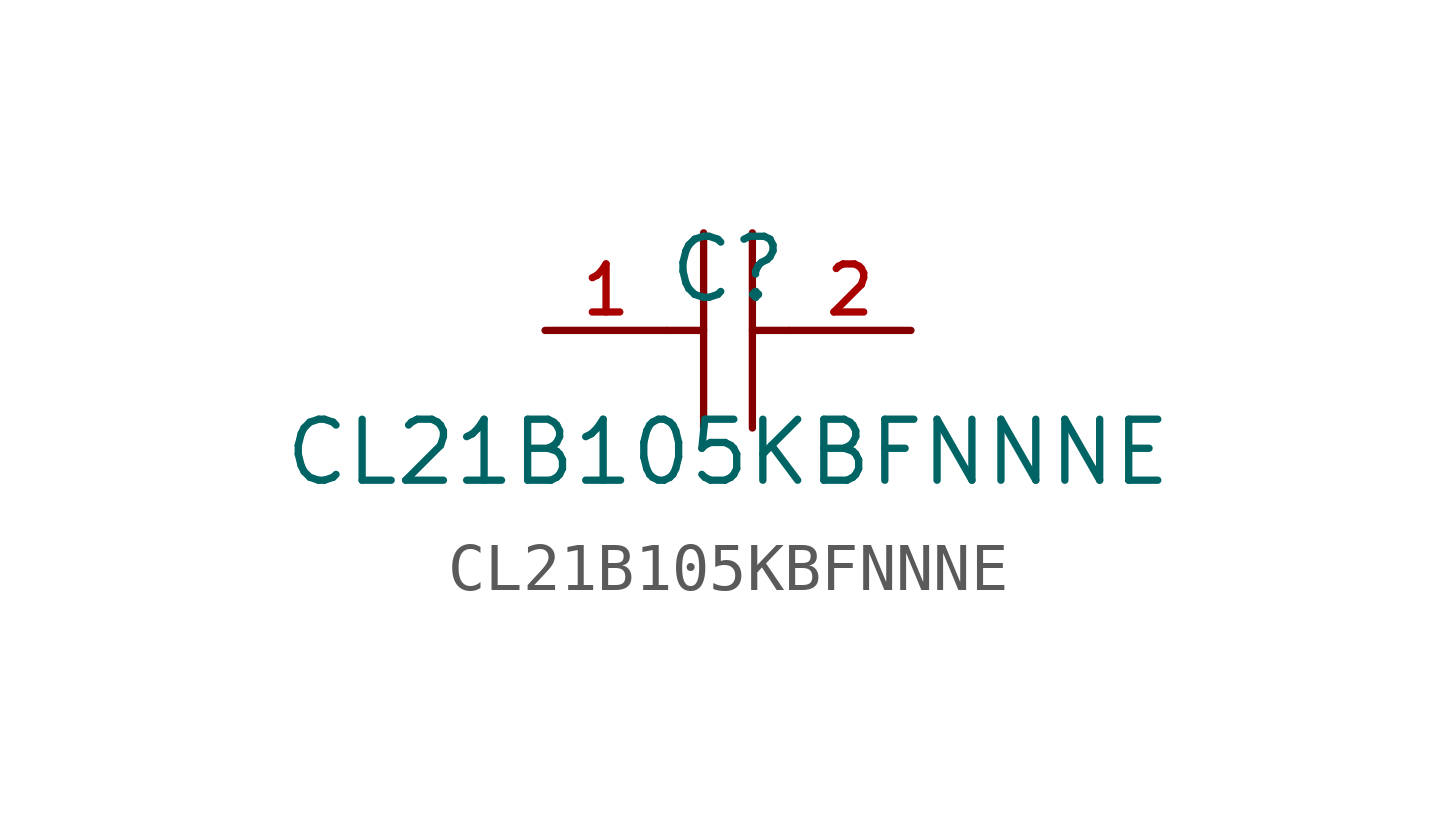
<source format=kicad_sym>
(kicad_symbol_lib
  (version 20210201)
  (generator TousstNicolas/JLC2KiCad_lib)
  (symbol "CL21B105KBFNNNE"
    (pin_names hide)
    (property "Reference" "C"
      (at 0 1.27 0)
      (effects (font (size 1.27 1.27))))
    (property "Value" "CL21B105KBFNNNE"
      (at 0 -2.54 0)
      (effects (font (size 1.27 1.27))))
    (symbol "CL21B105KBFNNNE_0_1"
      (polyline (pts (xy -0.508 2.032) (xy -0.508 -2.032)) (stroke (width 0) (type default) (color 0 0 0 0)) (fill (type none)))
      (polyline (pts (xy 0.508 2.032) (xy 0.508 -2.032)) (stroke (width 0) (type default) (color 0 0 0 0)) (fill (type none)))
      (pin input line (at -3.81 -0.0 0) (length 2.54) (name "1" (effects (font (size 1 1)))) (number "1" (effects (font (size 1 1)))))
      (pin input line (at 3.81 -0.0 180) (length 2.54) (name "2" (effects (font (size 1 1)))) (number "2" (effects (font (size 1 1)))))
      (polyline (pts (xy -1.27 -0.0) (xy -0.508 -0.0)) (stroke (width 0) (type default) (color 0 0 0 0)) (fill (type none)))
      (polyline (pts (xy 0.508 -0.0) (xy 1.27 -0.0)) (stroke (width 0) (type default) (color 0 0 0 0)) (fill (type none))))))
</source>
